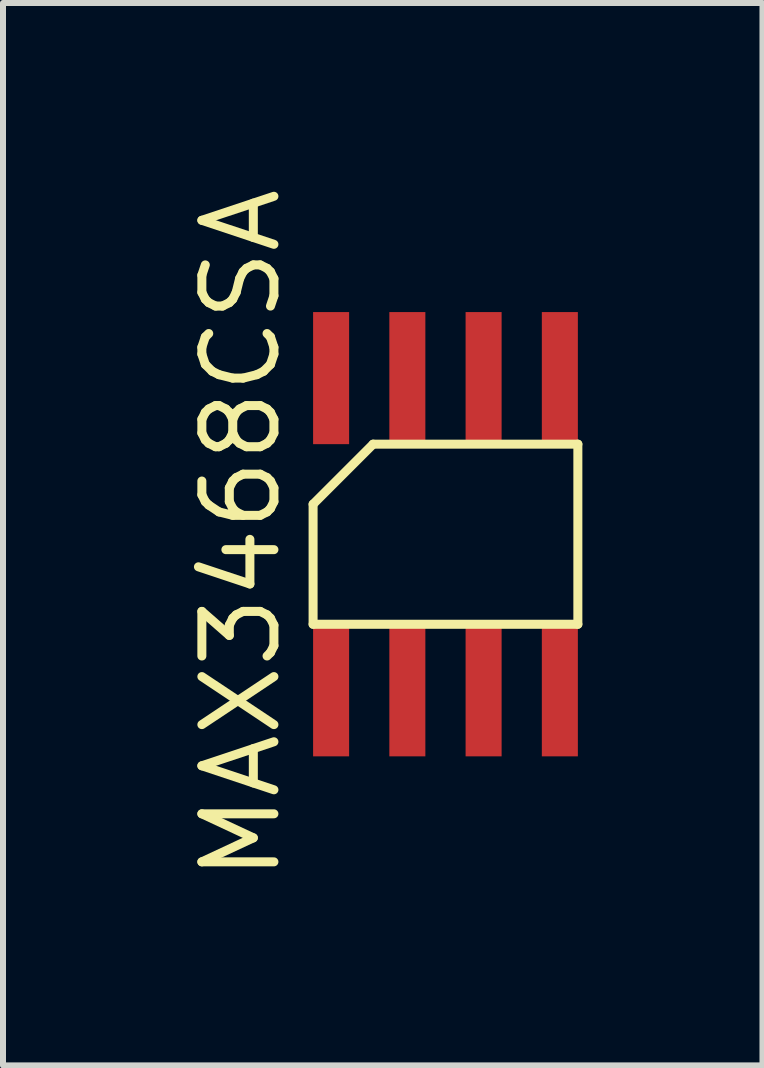
<source format=kicad_pcb>
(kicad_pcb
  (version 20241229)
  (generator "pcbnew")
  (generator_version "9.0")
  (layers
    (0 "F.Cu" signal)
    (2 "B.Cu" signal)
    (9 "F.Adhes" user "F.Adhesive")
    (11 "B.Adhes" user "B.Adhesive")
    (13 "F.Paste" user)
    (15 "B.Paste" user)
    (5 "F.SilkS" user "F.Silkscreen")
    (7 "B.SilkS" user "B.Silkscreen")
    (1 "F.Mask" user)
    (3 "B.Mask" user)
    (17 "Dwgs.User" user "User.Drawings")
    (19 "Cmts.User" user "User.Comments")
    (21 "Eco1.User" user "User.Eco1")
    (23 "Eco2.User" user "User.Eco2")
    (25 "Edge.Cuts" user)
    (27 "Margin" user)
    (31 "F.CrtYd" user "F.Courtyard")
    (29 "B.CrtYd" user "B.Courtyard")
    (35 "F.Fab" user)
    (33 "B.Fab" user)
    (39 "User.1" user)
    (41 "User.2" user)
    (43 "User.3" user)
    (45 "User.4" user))
  (footprint "MAX3468CSA"
    (layer "F.Cu")
    (at 4.37 5.848)
    (property "Reference" "MAX3468CSA" (at -3.405 0 90) (layer "F.SilkS") (effects (font (size 1.2 1.2) (thickness 0.15))))
    (attr through_hole)
    (fp_line (start -2.205 -0.5) (end -2.205 1.5) (stroke (width 0.15) (type solid)) (layer "F.SilkS"))
    (fp_line (start -2.205 1.5) (end 2.205 1.5) (stroke (width 0.15) (type solid)) (layer "F.SilkS"))
    (fp_line (start -1.205 -1.5) (end -2.205 -0.5) (stroke (width 0.15) (type solid)) (layer "F.SilkS"))
    (fp_line (start 2.205 -1.5) (end -1.205 -1.5) (stroke (width 0.15) (type solid)) (layer "F.SilkS"))
    (fp_line (start 2.205 1.5) (end 2.205 -1.5) (stroke (width 0.15) (type solid)) (layer "F.SilkS"))
    (pad "1" smd rect (at -1.905 2.6) (size 0.6 2.2) (layers "F.Cu" "F.Mask" "F.Paste"))
    (pad "2" smd rect (at -0.635 2.6) (size 0.6 2.2) (layers "F.Cu" "F.Mask" "F.Paste"))
    (pad "3" smd rect (at 0.635 2.6) (size 0.6 2.2) (layers "F.Cu" "F.Mask" "F.Paste"))
    (pad "4" smd rect (at 1.905 2.6) (size 0.6 2.2) (layers "F.Cu" "F.Mask" "F.Paste"))
    (pad "5" smd rect (at 1.905 -2.6) (size 0.6 2.2) (layers "F.Cu" "F.Mask" "F.Paste"))
    (pad "6" smd rect (at 0.635 -2.6) (size 0.6 2.2) (layers "F.Cu" "F.Mask" "F.Paste"))
    (pad "7" smd rect (at -0.635 -2.6) (size 0.6 2.2) (layers "F.Cu" "F.Mask" "F.Paste"))
    (pad "8" smd rect (at -1.905 -2.6) (size 0.6 2.2) (layers "F.Cu" "F.Mask" "F.Paste")))
  (gr_rect
    (start -3 -3)
    (end 9.65 14.696)
    (stroke (width 0.1) (type default))
    (fill no)
    (layer "Edge.Cuts")))
</source>
